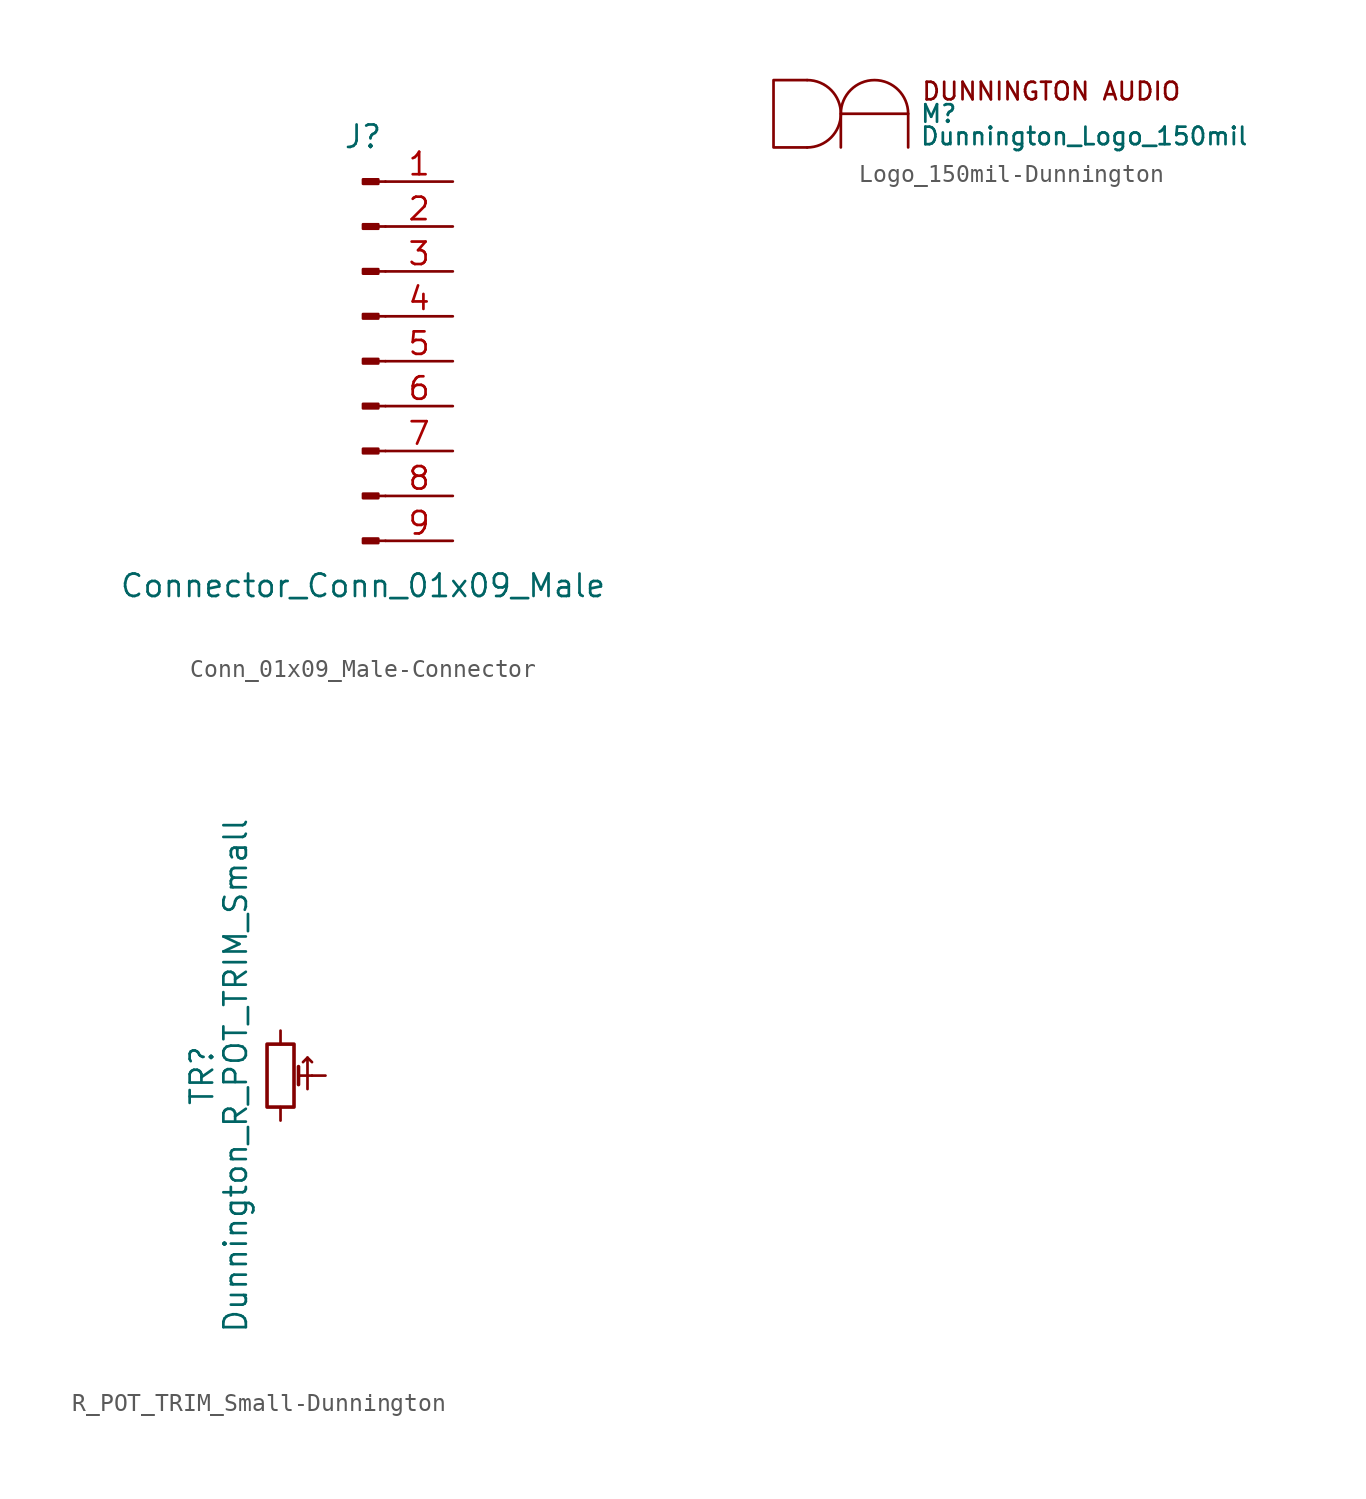
<source format=kicad_sym>
(kicad_symbol_lib
  (version 20231120)
  (generator "kicad_symbol_editor")
  (generator_version "8.0")
  (symbol "Conn_01x09_Male-Connector"
    (pin_names
      (offset 1.016) hide)
    (property "Reference" "J"
      (at 0 12.7 0)
      (effects (font (size 1.27 1.27))))
    (property "Value" "Connector_Conn_01x09_Male"
      (at 0 -12.7 0)
      (effects (font (size 1.27 1.27))))
    (symbol "Conn_01x09_Male-Connector_1_1"
      (polyline (pts (xy 1.27 -10.16) (xy 0.864 -10.16)) (stroke (width 0.152) (type solid)) (fill (type none)))
      (polyline (pts (xy 1.27 -7.62) (xy 0.864 -7.62)) (stroke (width 0.152) (type solid)) (fill (type none)))
      (polyline (pts (xy 1.27 -5.08) (xy 0.864 -5.08)) (stroke (width 0.152) (type solid)) (fill (type none)))
      (polyline (pts (xy 1.27 -2.54) (xy 0.864 -2.54)) (stroke (width 0.152) (type solid)) (fill (type none)))
      (polyline (pts (xy 1.27 0) (xy 0.864 0)) (stroke (width 0.152) (type solid)) (fill (type none)))
      (polyline (pts (xy 1.27 2.54) (xy 0.864 2.54)) (stroke (width 0.152) (type solid)) (fill (type none)))
      (polyline (pts (xy 1.27 5.08) (xy 0.864 5.08)) (stroke (width 0.152) (type solid)) (fill (type none)))
      (polyline (pts (xy 1.27 7.62) (xy 0.864 7.62)) (stroke (width 0.152) (type solid)) (fill (type none)))
      (polyline (pts (xy 1.27 10.16) (xy 0.864 10.16)) (stroke (width 0.152) (type solid)) (fill (type none)))
      (rectangle (start 0.864 -10.033) (end 0 -10.287) (stroke (width 0.152) (type solid)) (fill (type outline)))
      (rectangle (start 0.864 -7.493) (end 0 -7.747) (stroke (width 0.152) (type solid)) (fill (type outline)))
      (rectangle (start 0.864 -4.953) (end 0 -5.207) (stroke (width 0.152) (type solid)) (fill (type outline)))
      (rectangle (start 0.864 -2.413) (end 0 -2.667) (stroke (width 0.152) (type solid)) (fill (type outline)))
      (rectangle (start 0.864 0.127) (end 0 -0.127) (stroke (width 0.152) (type solid)) (fill (type outline)))
      (rectangle (start 0.864 2.667) (end 0 2.413) (stroke (width 0.152) (type solid)) (fill (type outline)))
      (rectangle (start 0.864 5.207) (end 0 4.953) (stroke (width 0.152) (type solid)) (fill (type outline)))
      (rectangle (start 0.864 7.747) (end 0 7.493) (stroke (width 0.152) (type solid)) (fill (type outline)))
      (rectangle (start 0.864 10.287) (end 0 10.033) (stroke (width 0.152) (type solid)) (fill (type outline)))
      (pin passive line (at 5.08 10.16 180) (length 3.81) (name "Pin_1" (effects (font (size 1.27 1.27)))) (number "1" (effects (font (size 1.27 1.27)))))
      (pin passive line (at 5.08 7.62 180) (length 3.81) (name "Pin_2" (effects (font (size 1.27 1.27)))) (number "2" (effects (font (size 1.27 1.27)))))
      (pin passive line (at 5.08 5.08 180) (length 3.81) (name "Pin_3" (effects (font (size 1.27 1.27)))) (number "3" (effects (font (size 1.27 1.27)))))
      (pin passive line (at 5.08 2.54 180) (length 3.81) (name "Pin_4" (effects (font (size 1.27 1.27)))) (number "4" (effects (font (size 1.27 1.27)))))
      (pin passive line (at 5.08 0 180) (length 3.81) (name "Pin_5" (effects (font (size 1.27 1.27)))) (number "5" (effects (font (size 1.27 1.27)))))
      (pin passive line (at 5.08 -2.54 180) (length 3.81) (name "Pin_6" (effects (font (size 1.27 1.27)))) (number "6" (effects (font (size 1.27 1.27)))))
      (pin passive line (at 5.08 -5.08 180) (length 3.81) (name "Pin_7" (effects (font (size 1.27 1.27)))) (number "7" (effects (font (size 1.27 1.27)))))
      (pin passive line (at 5.08 -7.62 180) (length 3.81) (name "Pin_8" (effects (font (size 1.27 1.27)))) (number "8" (effects (font (size 1.27 1.27)))))
      (pin passive line (at 5.08 -10.16 180) (length 3.81) (name "Pin_9" (effects (font (size 1.27 1.27)))) (number "9" (effects (font (size 1.27 1.27)))))))
  (symbol "Logo_150mil-Dunnington"
    (pin_names
      (offset 1.016))
    (property "Reference" "M"
      (at 8.255 1.905 0)
      (effects (font (size 0.991 0.991)) (justify left)))
    (property "Value" "Dunnington_Logo_150mil"
      (at 8.255 0.635 0)
      (effects (font (size 0.991 0.991)) (justify left)))
    (symbol "Logo_150mil-Dunnington_0_0"
      (text "DUNNINGTON AUDIO" (at 8.331 3.175 0) (effects (font (size 0.991 0.991)) (justify left))))
    (symbol "Logo_150mil-Dunnington_0_1"
      (polyline (pts (xy 1.905 0) (xy 0 0) (xy 0 3.81) (xy 1.905 3.81)) (stroke (width 0) (type solid)) (fill (type none)))
      (polyline (pts (xy 3.81 0) (xy 3.81 1.905) (xy 7.62 1.905) (xy 7.62 0)) (stroke (width 0) (type solid)) (fill (type none)))
      (arc (start 1.905 0) (mid 3.81 1.905) (end 1.905 3.81) (stroke (width 0) (type solid)) (fill (type none)))
      (arc (start 7.62 1.905) (mid 5.715 3.81) (end 3.81 1.905) (stroke (width 0) (type solid)) (fill (type none)))))
  (symbol "R_POT_TRIM_Small-Dunnington"
    (pin_numbers hide)
    (pin_names
      (offset 1.016) hide)
    (property "Reference" "TR"
      (at -4.445 0 90)
      (effects (font (size 1.27 1.27))))
    (property "Value" "Dunnington_R_POT_TRIM_Small"
      (at -2.54 0 90)
      (effects (font (size 1.27 1.27))))
    (symbol "R_POT_TRIM_Small-Dunnington_0_1"
      (polyline (pts (xy 1.016 0) (xy 1.778 0)) (stroke (width 0.152) (type solid)) (fill (type none)))
      (polyline (pts (xy 1.016 0.508) (xy 1.016 -0.508)) (stroke (width 0.203) (type solid)) (fill (type none)))
      (polyline (pts (xy 1.524 1.016) (xy 1.778 0.762)) (stroke (width 0.152) (type solid)) (fill (type none)))
      (polyline (pts (xy 1.524 -0.762) (xy 1.524 1.016) (xy 1.27 0.762)) (stroke (width 0.152) (type solid)) (fill (type none))))
    (symbol "R_POT_TRIM_Small-Dunnington_1_1"
      (rectangle (start -0.762 1.778) (end 0.762 -1.778) (stroke (width 0.203) (type solid)) (fill (type none)))
      (pin passive line (at 0 -2.54 90) (length 0.762) (name "~" (effects (font (size 1.27 1.27)))) (number "1" (effects (font (size 1.27 1.27)))))
      (pin passive line (at 2.54 0 180) (length 0.762) (name "~" (effects (font (size 1.27 1.27)))) (number "2" (effects (font (size 1.27 1.27)))))
      (pin passive line (at 0 2.54 270) (length 0.762) (name "~" (effects (font (size 1.27 1.27)))) (number "3" (effects (font (size 1.27 1.27))))))))
</source>
